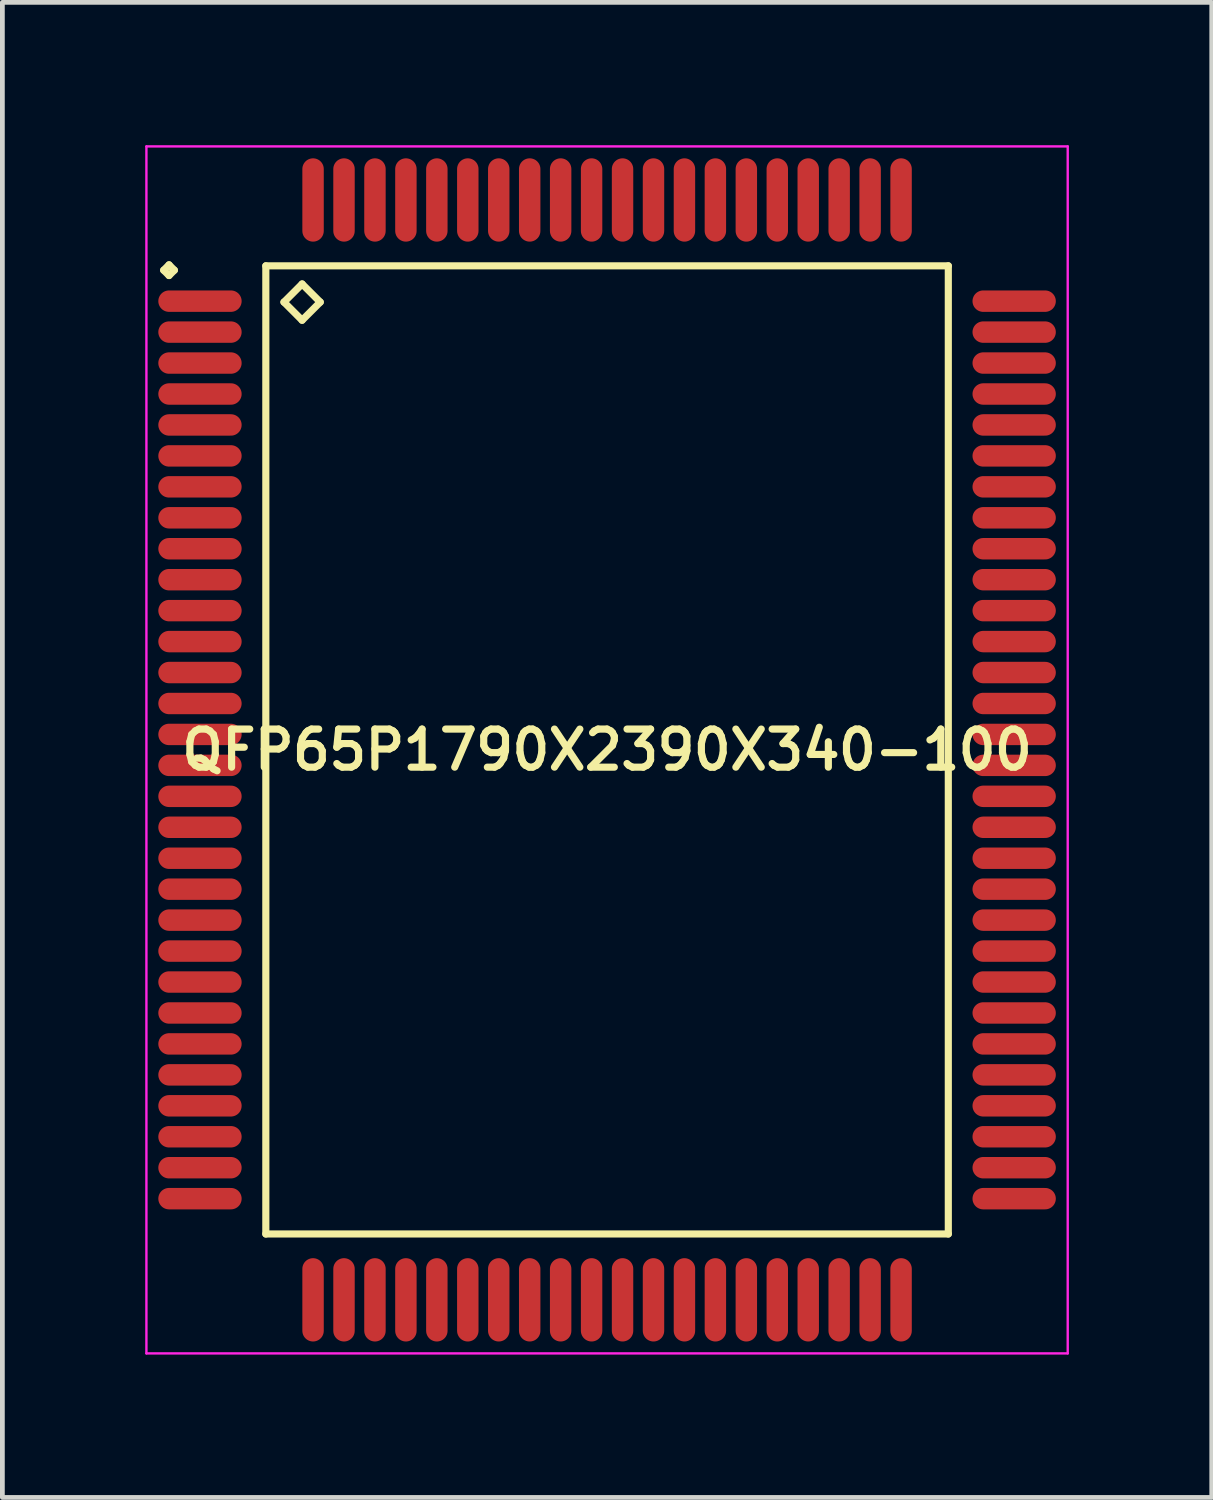
<source format=kicad_pcb>
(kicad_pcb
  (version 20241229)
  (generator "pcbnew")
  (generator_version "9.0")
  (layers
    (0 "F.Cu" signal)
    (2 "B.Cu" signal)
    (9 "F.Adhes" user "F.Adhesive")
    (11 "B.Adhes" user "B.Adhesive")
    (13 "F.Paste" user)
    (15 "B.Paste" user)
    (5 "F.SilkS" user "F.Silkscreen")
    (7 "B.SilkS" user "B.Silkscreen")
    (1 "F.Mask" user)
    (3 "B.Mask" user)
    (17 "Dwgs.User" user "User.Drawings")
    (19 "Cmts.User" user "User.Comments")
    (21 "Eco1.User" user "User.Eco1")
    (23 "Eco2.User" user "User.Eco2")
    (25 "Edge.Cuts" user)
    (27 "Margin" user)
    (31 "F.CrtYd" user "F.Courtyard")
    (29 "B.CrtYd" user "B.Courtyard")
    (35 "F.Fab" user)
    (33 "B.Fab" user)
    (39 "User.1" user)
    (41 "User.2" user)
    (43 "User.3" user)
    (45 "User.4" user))
  (footprint "QFP65P1790X2390X340-100"
    (layer "F.Cu")
    (at 9.7 12.7)
    (property "Reference" "QFP65P1790X2390X340-100" (at 0 0 0) (layer "F.SilkS") (effects (font (size 0.8 0.8) (thickness 0.15))))
    (attr smd)
    (fp_line (start -9.312 -10.075) (end -9.2 -10.188) (stroke (width 0.15) (type solid)) (layer "F.SilkS"))
    (fp_line (start -9.2 -10.188) (end -9.088 -10.075) (stroke (width 0.15) (type solid)) (layer "F.SilkS"))
    (fp_line (start -9.2 -9.963) (end -9.312 -10.075) (stroke (width 0.15) (type solid)) (layer "F.SilkS"))
    (fp_line (start -9.088 -10.075) (end -9.2 -9.963) (stroke (width 0.15) (type solid)) (layer "F.SilkS"))
    (fp_line (start -7.167 -10.167) (end -7.167 10.167) (stroke (width 0.15) (type solid)) (layer "F.SilkS"))
    (fp_line (start -7.167 10.167) (end 7.167 10.167) (stroke (width 0.15) (type solid)) (layer "F.SilkS"))
    (fp_line (start -6.786 -9.405) (end -6.405 -9.786) (stroke (width 0.15) (type solid)) (layer "F.SilkS"))
    (fp_line (start -6.405 -9.786) (end -6.024 -9.405) (stroke (width 0.15) (type solid)) (layer "F.SilkS"))
    (fp_line (start -6.405 -9.024) (end -6.786 -9.405) (stroke (width 0.15) (type solid)) (layer "F.SilkS"))
    (fp_line (start -6.024 -9.405) (end -6.405 -9.024) (stroke (width 0.15) (type solid)) (layer "F.SilkS"))
    (fp_line (start 7.167 -10.167) (end -7.167 -10.167) (stroke (width 0.15) (type solid)) (layer "F.SilkS"))
    (fp_line (start 7.167 10.167) (end 7.167 -10.167) (stroke (width 0.15) (type solid)) (layer "F.SilkS"))
    (fp_line (start -9.675 -12.675) (end 9.675 -12.675) (stroke (width 0.05) (type solid)) (layer "F.CrtYd"))
    (fp_line (start -9.675 12.675) (end -9.675 -12.675) (stroke (width 0.05) (type solid)) (layer "F.CrtYd"))
    (fp_line (start 9.675 -12.675) (end 9.675 12.675) (stroke (width 0.05) (type solid)) (layer "F.CrtYd"))
    (fp_line (start 9.675 12.675) (end -9.675 12.675) (stroke (width 0.05) (type solid)) (layer "F.CrtYd"))
    (pad "1" smd oval (at -8.55 -9.425) (size 1.75 0.45) (layers "F.Cu" "F.Mask" "F.Paste"))
    (pad "2" smd oval (at -8.55 -8.775) (size 1.75 0.45) (layers "F.Cu" "F.Mask" "F.Paste"))
    (pad "3" smd oval (at -8.55 -8.125) (size 1.75 0.45) (layers "F.Cu" "F.Mask" "F.Paste"))
    (pad "4" smd oval (at -8.55 -7.475) (size 1.75 0.45) (layers "F.Cu" "F.Mask" "F.Paste"))
    (pad "5" smd oval (at -8.55 -6.825) (size 1.75 0.45) (layers "F.Cu" "F.Mask" "F.Paste"))
    (pad "6" smd oval (at -8.55 -6.175) (size 1.75 0.45) (layers "F.Cu" "F.Mask" "F.Paste"))
    (pad "7" smd oval (at -8.55 -5.525) (size 1.75 0.45) (layers "F.Cu" "F.Mask" "F.Paste"))
    (pad "8" smd oval (at -8.55 -4.875) (size 1.75 0.45) (layers "F.Cu" "F.Mask" "F.Paste"))
    (pad "9" smd oval (at -8.55 -4.225) (size 1.75 0.45) (layers "F.Cu" "F.Mask" "F.Paste"))
    (pad "10" smd oval (at -8.55 -3.575) (size 1.75 0.45) (layers "F.Cu" "F.Mask" "F.Paste"))
    (pad "11" smd oval (at -8.55 -2.925) (size 1.75 0.45) (layers "F.Cu" "F.Mask" "F.Paste"))
    (pad "12" smd oval (at -8.55 -2.275) (size 1.75 0.45) (layers "F.Cu" "F.Mask" "F.Paste"))
    (pad "13" smd oval (at -8.55 -1.625) (size 1.75 0.45) (layers "F.Cu" "F.Mask" "F.Paste"))
    (pad "14" smd oval (at -8.55 -0.975) (size 1.75 0.45) (layers "F.Cu" "F.Mask" "F.Paste"))
    (pad "15" smd oval (at -8.55 -0.325) (size 1.75 0.45) (layers "F.Cu" "F.Mask" "F.Paste"))
    (pad "16" smd oval (at -8.55 0.325) (size 1.75 0.45) (layers "F.Cu" "F.Mask" "F.Paste"))
    (pad "17" smd oval (at -8.55 0.975) (size 1.75 0.45) (layers "F.Cu" "F.Mask" "F.Paste"))
    (pad "18" smd oval (at -8.55 1.625) (size 1.75 0.45) (layers "F.Cu" "F.Mask" "F.Paste"))
    (pad "19" smd oval (at -8.55 2.275) (size 1.75 0.45) (layers "F.Cu" "F.Mask" "F.Paste"))
    (pad "20" smd oval (at -8.55 2.925) (size 1.75 0.45) (layers "F.Cu" "F.Mask" "F.Paste"))
    (pad "21" smd oval (at -8.55 3.575) (size 1.75 0.45) (layers "F.Cu" "F.Mask" "F.Paste"))
    (pad "22" smd oval (at -8.55 4.225) (size 1.75 0.45) (layers "F.Cu" "F.Mask" "F.Paste"))
    (pad "23" smd oval (at -8.55 4.875) (size 1.75 0.45) (layers "F.Cu" "F.Mask" "F.Paste"))
    (pad "24" smd oval (at -8.55 5.525) (size 1.75 0.45) (layers "F.Cu" "F.Mask" "F.Paste"))
    (pad "25" smd oval (at -8.55 6.175) (size 1.75 0.45) (layers "F.Cu" "F.Mask" "F.Paste"))
    (pad "26" smd oval (at -8.55 6.825) (size 1.75 0.45) (layers "F.Cu" "F.Mask" "F.Paste"))
    (pad "27" smd oval (at -8.55 7.475) (size 1.75 0.45) (layers "F.Cu" "F.Mask" "F.Paste"))
    (pad "28" smd oval (at -8.55 8.125) (size 1.75 0.45) (layers "F.Cu" "F.Mask" "F.Paste"))
    (pad "29" smd oval (at -8.55 8.775) (size 1.75 0.45) (layers "F.Cu" "F.Mask" "F.Paste"))
    (pad "30" smd oval (at -8.55 9.425) (size 1.75 0.45) (layers "F.Cu" "F.Mask" "F.Paste"))
    (pad "31" smd oval (at -6.175 11.55) (size 0.45 1.75) (layers "F.Cu" "F.Mask" "F.Paste"))
    (pad "32" smd oval (at -5.525 11.55) (size 0.45 1.75) (layers "F.Cu" "F.Mask" "F.Paste"))
    (pad "33" smd oval (at -4.875 11.55) (size 0.45 1.75) (layers "F.Cu" "F.Mask" "F.Paste"))
    (pad "34" smd oval (at -4.225 11.55) (size 0.45 1.75) (layers "F.Cu" "F.Mask" "F.Paste"))
    (pad "35" smd oval (at -3.575 11.55) (size 0.45 1.75) (layers "F.Cu" "F.Mask" "F.Paste"))
    (pad "36" smd oval (at -2.925 11.55) (size 0.45 1.75) (layers "F.Cu" "F.Mask" "F.Paste"))
    (pad "37" smd oval (at -2.275 11.55) (size 0.45 1.75) (layers "F.Cu" "F.Mask" "F.Paste"))
    (pad "38" smd oval (at -1.625 11.55) (size 0.45 1.75) (layers "F.Cu" "F.Mask" "F.Paste"))
    (pad "39" smd oval (at -0.975 11.55) (size 0.45 1.75) (layers "F.Cu" "F.Mask" "F.Paste"))
    (pad "40" smd oval (at -0.325 11.55) (size 0.45 1.75) (layers "F.Cu" "F.Mask" "F.Paste"))
    (pad "41" smd oval (at 0.325 11.55) (size 0.45 1.75) (layers "F.Cu" "F.Mask" "F.Paste"))
    (pad "42" smd oval (at 0.975 11.55) (size 0.45 1.75) (layers "F.Cu" "F.Mask" "F.Paste"))
    (pad "43" smd oval (at 1.625 11.55) (size 0.45 1.75) (layers "F.Cu" "F.Mask" "F.Paste"))
    (pad "44" smd oval (at 2.275 11.55) (size 0.45 1.75) (layers "F.Cu" "F.Mask" "F.Paste"))
    (pad "45" smd oval (at 2.925 11.55) (size 0.45 1.75) (layers "F.Cu" "F.Mask" "F.Paste"))
    (pad "46" smd oval (at 3.575 11.55) (size 0.45 1.75) (layers "F.Cu" "F.Mask" "F.Paste"))
    (pad "47" smd oval (at 4.225 11.55) (size 0.45 1.75) (layers "F.Cu" "F.Mask" "F.Paste"))
    (pad "48" smd oval (at 4.875 11.55) (size 0.45 1.75) (layers "F.Cu" "F.Mask" "F.Paste"))
    (pad "49" smd oval (at 5.525 11.55) (size 0.45 1.75) (layers "F.Cu" "F.Mask" "F.Paste"))
    (pad "50" smd oval (at 6.175 11.55) (size 0.45 1.75) (layers "F.Cu" "F.Mask" "F.Paste"))
    (pad "51" smd oval (at 8.55 9.425) (size 1.75 0.45) (layers "F.Cu" "F.Mask" "F.Paste"))
    (pad "52" smd oval (at 8.55 8.775) (size 1.75 0.45) (layers "F.Cu" "F.Mask" "F.Paste"))
    (pad "53" smd oval (at 8.55 8.125) (size 1.75 0.45) (layers "F.Cu" "F.Mask" "F.Paste"))
    (pad "54" smd oval (at 8.55 7.475) (size 1.75 0.45) (layers "F.Cu" "F.Mask" "F.Paste"))
    (pad "55" smd oval (at 8.55 6.825) (size 1.75 0.45) (layers "F.Cu" "F.Mask" "F.Paste"))
    (pad "56" smd oval (at 8.55 6.175) (size 1.75 0.45) (layers "F.Cu" "F.Mask" "F.Paste"))
    (pad "57" smd oval (at 8.55 5.525) (size 1.75 0.45) (layers "F.Cu" "F.Mask" "F.Paste"))
    (pad "58" smd oval (at 8.55 4.875) (size 1.75 0.45) (layers "F.Cu" "F.Mask" "F.Paste"))
    (pad "59" smd oval (at 8.55 4.225) (size 1.75 0.45) (layers "F.Cu" "F.Mask" "F.Paste"))
    (pad "60" smd oval (at 8.55 3.575) (size 1.75 0.45) (layers "F.Cu" "F.Mask" "F.Paste"))
    (pad "61" smd oval (at 8.55 2.925) (size 1.75 0.45) (layers "F.Cu" "F.Mask" "F.Paste"))
    (pad "62" smd oval (at 8.55 2.275) (size 1.75 0.45) (layers "F.Cu" "F.Mask" "F.Paste"))
    (pad "63" smd oval (at 8.55 1.625) (size 1.75 0.45) (layers "F.Cu" "F.Mask" "F.Paste"))
    (pad "64" smd oval (at 8.55 0.975) (size 1.75 0.45) (layers "F.Cu" "F.Mask" "F.Paste"))
    (pad "65" smd oval (at 8.55 0.325) (size 1.75 0.45) (layers "F.Cu" "F.Mask" "F.Paste"))
    (pad "66" smd oval (at 8.55 -0.325) (size 1.75 0.45) (layers "F.Cu" "F.Mask" "F.Paste"))
    (pad "67" smd oval (at 8.55 -0.975) (size 1.75 0.45) (layers "F.Cu" "F.Mask" "F.Paste"))
    (pad "68" smd oval (at 8.55 -1.625) (size 1.75 0.45) (layers "F.Cu" "F.Mask" "F.Paste"))
    (pad "69" smd oval (at 8.55 -2.275) (size 1.75 0.45) (layers "F.Cu" "F.Mask" "F.Paste"))
    (pad "70" smd oval (at 8.55 -2.925) (size 1.75 0.45) (layers "F.Cu" "F.Mask" "F.Paste"))
    (pad "71" smd oval (at 8.55 -3.575) (size 1.75 0.45) (layers "F.Cu" "F.Mask" "F.Paste"))
    (pad "72" smd oval (at 8.55 -4.225) (size 1.75 0.45) (layers "F.Cu" "F.Mask" "F.Paste"))
    (pad "73" smd oval (at 8.55 -4.875) (size 1.75 0.45) (layers "F.Cu" "F.Mask" "F.Paste"))
    (pad "74" smd oval (at 8.55 -5.525) (size 1.75 0.45) (layers "F.Cu" "F.Mask" "F.Paste"))
    (pad "75" smd oval (at 8.55 -6.175) (size 1.75 0.45) (layers "F.Cu" "F.Mask" "F.Paste"))
    (pad "76" smd oval (at 8.55 -6.825) (size 1.75 0.45) (layers "F.Cu" "F.Mask" "F.Paste"))
    (pad "77" smd oval (at 8.55 -7.475) (size 1.75 0.45) (layers "F.Cu" "F.Mask" "F.Paste"))
    (pad "78" smd oval (at 8.55 -8.125) (size 1.75 0.45) (layers "F.Cu" "F.Mask" "F.Paste"))
    (pad "79" smd oval (at 8.55 -8.775) (size 1.75 0.45) (layers "F.Cu" "F.Mask" "F.Paste"))
    (pad "80" smd oval (at 8.55 -9.425) (size 1.75 0.45) (layers "F.Cu" "F.Mask" "F.Paste"))
    (pad "81" smd oval (at 6.175 -11.55) (size 0.45 1.75) (layers "F.Cu" "F.Mask" "F.Paste"))
    (pad "82" smd oval (at 5.525 -11.55) (size 0.45 1.75) (layers "F.Cu" "F.Mask" "F.Paste"))
    (pad "83" smd oval (at 4.875 -11.55) (size 0.45 1.75) (layers "F.Cu" "F.Mask" "F.Paste"))
    (pad "84" smd oval (at 4.225 -11.55) (size 0.45 1.75) (layers "F.Cu" "F.Mask" "F.Paste"))
    (pad "85" smd oval (at 3.575 -11.55) (size 0.45 1.75) (layers "F.Cu" "F.Mask" "F.Paste"))
    (pad "86" smd oval (at 2.925 -11.55) (size 0.45 1.75) (layers "F.Cu" "F.Mask" "F.Paste"))
    (pad "87" smd oval (at 2.275 -11.55) (size 0.45 1.75) (layers "F.Cu" "F.Mask" "F.Paste"))
    (pad "88" smd oval (at 1.625 -11.55) (size 0.45 1.75) (layers "F.Cu" "F.Mask" "F.Paste"))
    (pad "89" smd oval (at 0.975 -11.55) (size 0.45 1.75) (layers "F.Cu" "F.Mask" "F.Paste"))
    (pad "90" smd oval (at 0.325 -11.55) (size 0.45 1.75) (layers "F.Cu" "F.Mask" "F.Paste"))
    (pad "91" smd oval (at -0.325 -11.55) (size 0.45 1.75) (layers "F.Cu" "F.Mask" "F.Paste"))
    (pad "92" smd oval (at -0.975 -11.55) (size 0.45 1.75) (layers "F.Cu" "F.Mask" "F.Paste"))
    (pad "93" smd oval (at -1.625 -11.55) (size 0.45 1.75) (layers "F.Cu" "F.Mask" "F.Paste"))
    (pad "94" smd oval (at -2.275 -11.55) (size 0.45 1.75) (layers "F.Cu" "F.Mask" "F.Paste"))
    (pad "95" smd oval (at -2.925 -11.55) (size 0.45 1.75) (layers "F.Cu" "F.Mask" "F.Paste"))
    (pad "96" smd oval (at -3.575 -11.55) (size 0.45 1.75) (layers "F.Cu" "F.Mask" "F.Paste"))
    (pad "97" smd oval (at -4.225 -11.55) (size 0.45 1.75) (layers "F.Cu" "F.Mask" "F.Paste"))
    (pad "98" smd oval (at -4.875 -11.55) (size 0.45 1.75) (layers "F.Cu" "F.Mask" "F.Paste"))
    (pad "99" smd oval (at -5.525 -11.55) (size 0.45 1.75) (layers "F.Cu" "F.Mask" "F.Paste"))
    (pad "100" smd oval (at -6.175 -11.55) (size 0.45 1.75) (layers "F.Cu" "F.Mask" "F.Paste")))
  (gr_rect
    (start -3 -3)
    (end 22.4 28.4)
    (stroke (width 0.1) (type default))
    (fill no)
    (layer "Edge.Cuts")))
</source>
